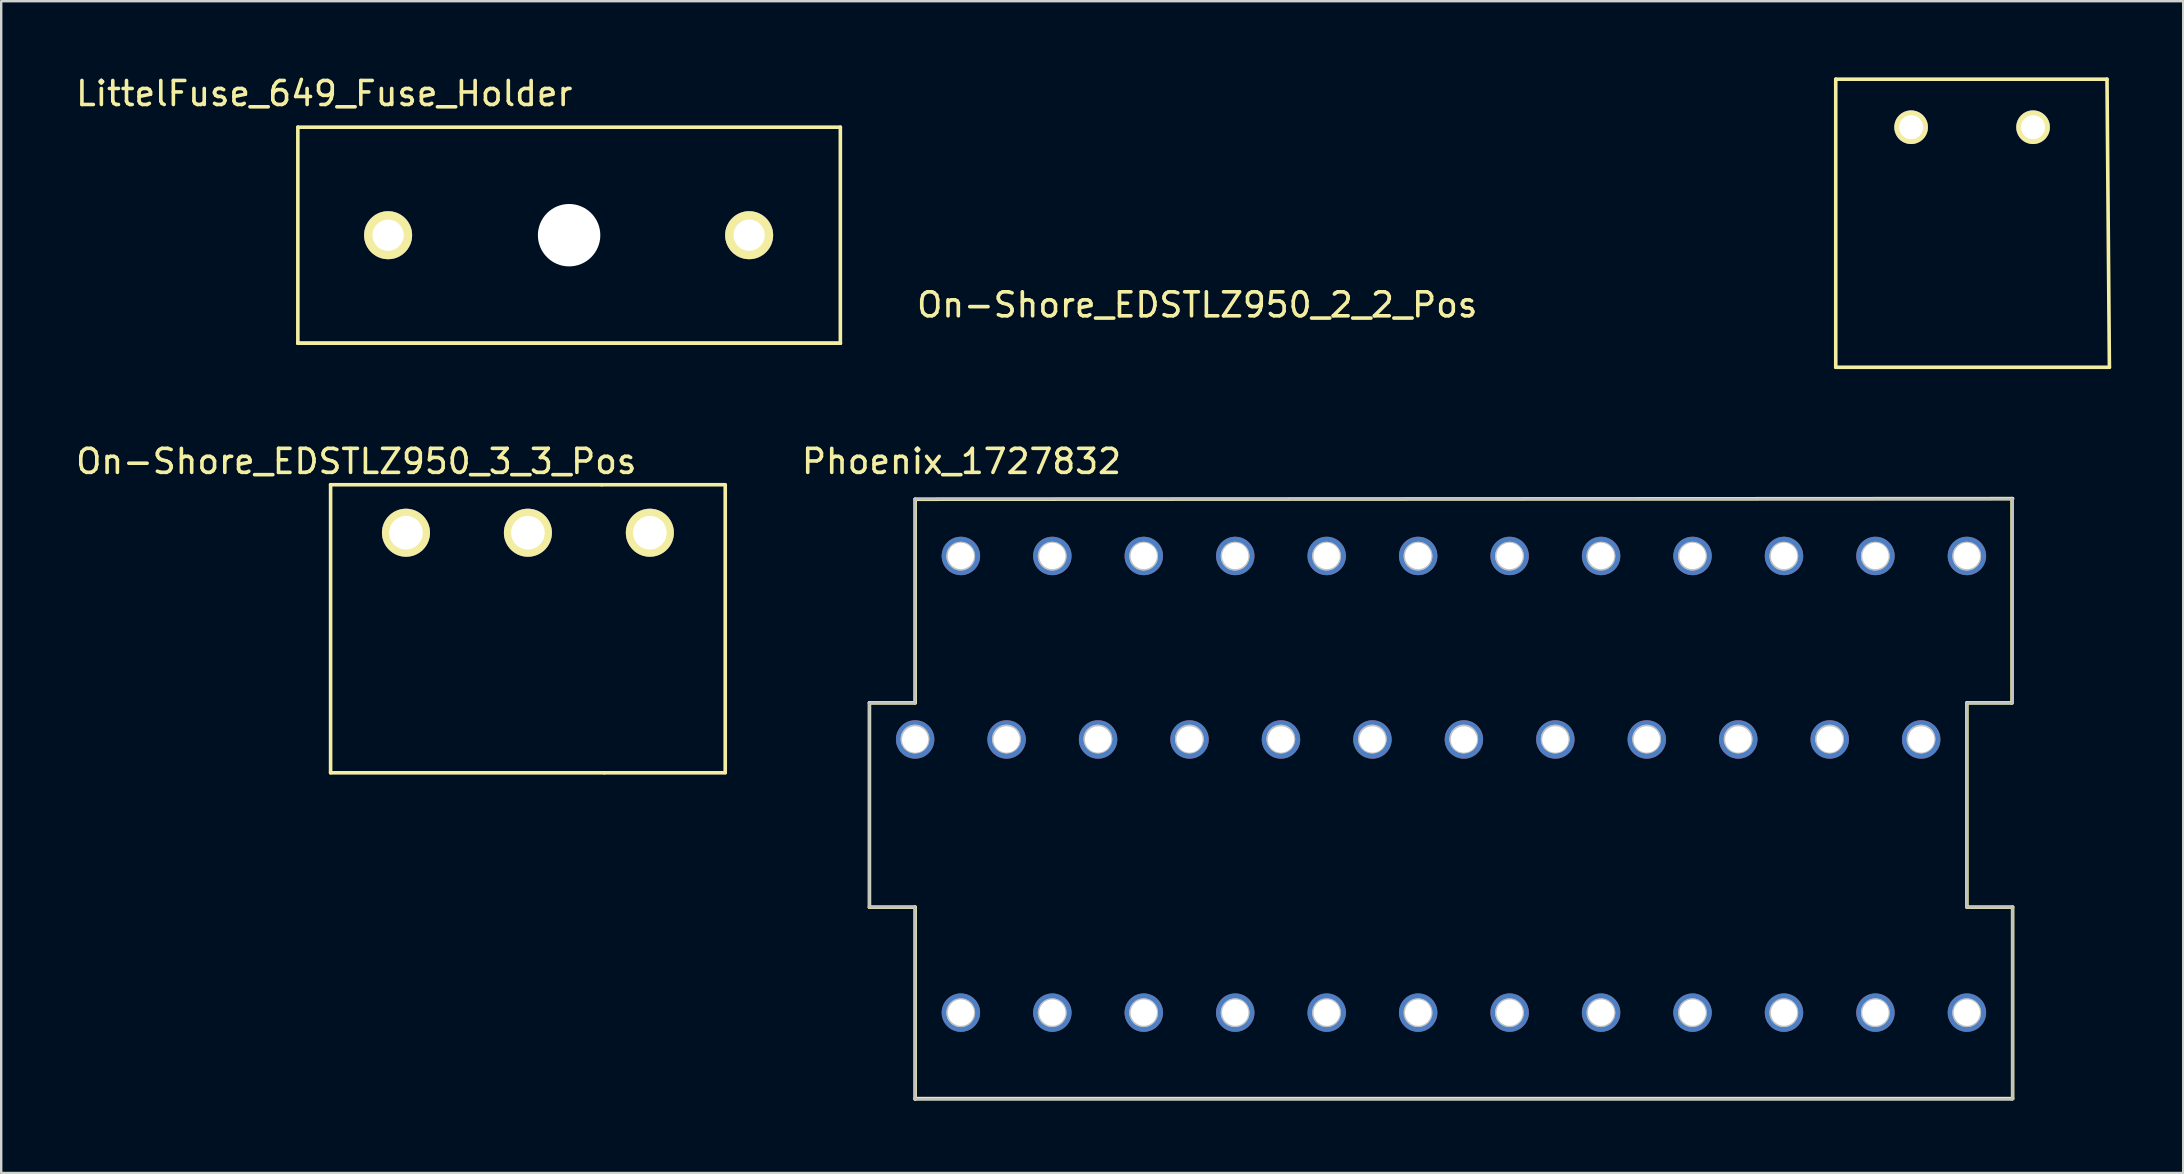
<source format=kicad_pcb>
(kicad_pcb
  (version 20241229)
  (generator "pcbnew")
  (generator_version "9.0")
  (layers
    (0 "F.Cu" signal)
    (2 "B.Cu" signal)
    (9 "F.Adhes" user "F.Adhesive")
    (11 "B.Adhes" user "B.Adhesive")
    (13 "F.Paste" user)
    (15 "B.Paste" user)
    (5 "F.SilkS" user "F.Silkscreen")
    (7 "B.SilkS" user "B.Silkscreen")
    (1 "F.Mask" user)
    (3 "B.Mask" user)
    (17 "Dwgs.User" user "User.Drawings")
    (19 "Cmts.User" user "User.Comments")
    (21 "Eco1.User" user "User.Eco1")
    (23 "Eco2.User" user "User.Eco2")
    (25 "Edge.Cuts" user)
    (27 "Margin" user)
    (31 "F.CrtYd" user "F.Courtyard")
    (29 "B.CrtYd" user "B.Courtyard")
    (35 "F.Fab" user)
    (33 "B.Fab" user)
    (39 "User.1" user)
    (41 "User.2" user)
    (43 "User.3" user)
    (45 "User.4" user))
  (footprint "Phoenix_1727832"
    (layer "F.Cu")
    (at 36.979 20.11)
    (property "Reference" "Phoenix_1727832" (at 0.025 -3.937 0) (layer "F.SilkS") (effects (font (size 1 1) (thickness 0.15))))
    (attr through_hole)
    (fp_line (start -3.81 6.121) (end -1.905 6.121) (stroke (width 0.15) (type solid)) (layer "F.SilkS"))
    (fp_line (start -3.81 14.63) (end -3.81 6.121) (stroke (width 0.15) (type solid)) (layer "F.SilkS"))
    (fp_line (start -1.905 -2.362) (end 43.815 -2.388) (stroke (width 0.15) (type solid)) (layer "F.SilkS"))
    (fp_line (start -1.905 6.121) (end -1.905 -2.362) (stroke (width 0.15) (type solid)) (layer "F.SilkS"))
    (fp_line (start -1.905 14.63) (end -3.81 14.63) (stroke (width 0.15) (type solid)) (layer "F.SilkS"))
    (fp_line (start -1.905 22.606) (end 43.815 22.606) (stroke (width 0.15) (type solid)) (layer "F.SilkS"))
    (fp_line (start -1.905 22.631) (end -1.905 14.63) (stroke (width 0.15) (type solid)) (layer "F.SilkS"))
    (fp_line (start 41.91 6.121) (end 43.79 6.121) (stroke (width 0.15) (type solid)) (layer "F.SilkS"))
    (fp_line (start 41.91 14.63) (end 41.91 6.121) (stroke (width 0.15) (type solid)) (layer "F.SilkS"))
    (fp_line (start 43.79 -2.388) (end 43.79 6.121) (stroke (width 0.15) (type solid)) (layer "F.SilkS"))
    (fp_line (start 43.815 14.63) (end 41.91 14.63) (stroke (width 0.15) (type solid)) (layer "F.SilkS"))
    (fp_line (start 43.815 22.606) (end 43.815 14.63) (stroke (width 0.15) (type solid)) (layer "F.SilkS"))
    (fp_line (start -3.816 6.128) (end -3.816 14.628) (stroke (width 0.1) (type solid)) (layer "Dwgs.User"))
    (fp_line (start -3.816 6.128) (end -1.911 6.128) (stroke (width 0.1) (type solid)) (layer "Dwgs.User"))
    (fp_line (start -3.816 14.628) (end -3.816 6.128) (stroke (width 0.1) (type solid)) (layer "Dwgs.User"))
    (fp_line (start -3.816 14.628) (end -1.911 14.628) (stroke (width 0.1) (type solid)) (layer "Dwgs.User"))
    (fp_line (start -1.911 -2.372) (end -1.911 6.128) (stroke (width 0.1) (type solid)) (layer "Dwgs.User"))
    (fp_line (start -1.911 -2.372) (end 43.809 -2.372) (stroke (width 0.1) (type solid)) (layer "Dwgs.User"))
    (fp_line (start -1.911 6.128) (end -3.816 6.128) (stroke (width 0.1) (type solid)) (layer "Dwgs.User"))
    (fp_line (start -1.911 6.128) (end -1.911 -2.372) (stroke (width 0.1) (type solid)) (layer "Dwgs.User"))
    (fp_line (start -1.911 14.628) (end -3.816 14.628) (stroke (width 0.1) (type solid)) (layer "Dwgs.User"))
    (fp_line (start -1.911 14.628) (end -1.911 22.628) (stroke (width 0.1) (type solid)) (layer "Dwgs.User"))
    (fp_line (start -1.911 22.628) (end -1.911 14.628) (stroke (width 0.1) (type solid)) (layer "Dwgs.User"))
    (fp_line (start -1.911 22.628) (end 43.809 22.628) (stroke (width 0.1) (type solid)) (layer "Dwgs.User"))
    (fp_line (start 41.904 6.128) (end 41.904 14.628) (stroke (width 0.1) (type solid)) (layer "Dwgs.User"))
    (fp_line (start 41.904 6.128) (end 43.809 6.128) (stroke (width 0.1) (type solid)) (layer "Dwgs.User"))
    (fp_line (start 41.904 14.628) (end 41.904 6.128) (stroke (width 0.1) (type solid)) (layer "Dwgs.User"))
    (fp_line (start 41.904 14.628) (end 43.809 14.628) (stroke (width 0.1) (type solid)) (layer "Dwgs.User"))
    (fp_line (start 43.809 -2.372) (end -1.911 -2.372) (stroke (width 0.1) (type solid)) (layer "Dwgs.User"))
    (fp_line (start 43.809 -2.372) (end 43.809 6.128) (stroke (width 0.1) (type solid)) (layer "Dwgs.User"))
    (fp_line (start 43.809 6.128) (end 41.904 6.128) (stroke (width 0.1) (type solid)) (layer "Dwgs.User"))
    (fp_line (start 43.809 6.128) (end 43.809 -2.372) (stroke (width 0.1) (type solid)) (layer "Dwgs.User"))
    (fp_line (start 43.809 14.628) (end 41.904 14.628) (stroke (width 0.1) (type solid)) (layer "Dwgs.User"))
    (fp_line (start 43.809 14.628) (end 43.809 22.628) (stroke (width 0.1) (type solid)) (layer "Dwgs.User"))
    (fp_line (start 43.809 22.628) (end -1.911 22.628) (stroke (width 0.1) (type solid)) (layer "Dwgs.User"))
    (fp_line (start 43.809 22.628) (end 43.809 14.628) (stroke (width 0.1) (type solid)) (layer "Dwgs.User"))
    (fp_circle (center -1.911 7.628) (end -1.911 8.178) (stroke (width 0.1) (type solid)) (fill no) (layer "Dwgs.User"))
    (fp_circle (center -1.911 7.628) (end -1.911 8.178) (stroke (width 0.1) (type solid)) (fill no) (layer "Dwgs.User"))
    (fp_circle (center -0.006 0.008) (end -0.006 0.558) (stroke (width 0.1) (type solid)) (fill no) (layer "Dwgs.User"))
    (fp_circle (center -0.006 0.008) (end -0.006 0.558) (stroke (width 0.1) (type solid)) (fill no) (layer "Dwgs.User"))
    (fp_circle (center -0.006 19.028) (end -0.006 19.578) (stroke (width 0.1) (type solid)) (fill no) (layer "Dwgs.User"))
    (fp_circle (center -0.006 19.028) (end -0.006 19.578) (stroke (width 0.1) (type solid)) (fill no) (layer "Dwgs.User"))
    (fp_circle (center 1.899 7.628) (end 1.899 8.178) (stroke (width 0.1) (type solid)) (fill no) (layer "Dwgs.User"))
    (fp_circle (center 1.899 7.628) (end 1.899 8.178) (stroke (width 0.1) (type solid)) (fill no) (layer "Dwgs.User"))
    (fp_circle (center 3.804 0.008) (end 3.804 0.558) (stroke (width 0.1) (type solid)) (fill no) (layer "Dwgs.User"))
    (fp_circle (center 3.804 0.008) (end 3.804 0.558) (stroke (width 0.1) (type solid)) (fill no) (layer "Dwgs.User"))
    (fp_circle (center 3.804 19.028) (end 3.804 19.578) (stroke (width 0.1) (type solid)) (fill no) (layer "Dwgs.User"))
    (fp_circle (center 3.804 19.028) (end 3.804 19.578) (stroke (width 0.1) (type solid)) (fill no) (layer "Dwgs.User"))
    (fp_circle (center 5.709 7.628) (end 5.709 8.178) (stroke (width 0.1) (type solid)) (fill no) (layer "Dwgs.User"))
    (fp_circle (center 5.709 7.628) (end 5.709 8.178) (stroke (width 0.1) (type solid)) (fill no) (layer "Dwgs.User"))
    (fp_circle (center 7.614 0.008) (end 7.614 0.558) (stroke (width 0.1) (type solid)) (fill no) (layer "Dwgs.User"))
    (fp_circle (center 7.614 0.008) (end 7.614 0.558) (stroke (width 0.1) (type solid)) (fill no) (layer "Dwgs.User"))
    (fp_circle (center 7.614 19.028) (end 7.614 19.578) (stroke (width 0.1) (type solid)) (fill no) (layer "Dwgs.User"))
    (fp_circle (center 7.614 19.028) (end 7.614 19.578) (stroke (width 0.1) (type solid)) (fill no) (layer "Dwgs.User"))
    (fp_circle (center 9.519 7.628) (end 9.519 8.178) (stroke (width 0.1) (type solid)) (fill no) (layer "Dwgs.User"))
    (fp_circle (center 9.519 7.628) (end 9.519 8.178) (stroke (width 0.1) (type solid)) (fill no) (layer "Dwgs.User"))
    (fp_circle (center 11.424 0.008) (end 11.424 0.558) (stroke (width 0.1) (type solid)) (fill no) (layer "Dwgs.User"))
    (fp_circle (center 11.424 0.008) (end 11.424 0.558) (stroke (width 0.1) (type solid)) (fill no) (layer "Dwgs.User"))
    (fp_circle (center 11.424 19.028) (end 11.424 19.578) (stroke (width 0.1) (type solid)) (fill no) (layer "Dwgs.User"))
    (fp_circle (center 11.424 19.028) (end 11.424 19.578) (stroke (width 0.1) (type solid)) (fill no) (layer "Dwgs.User"))
    (fp_circle (center 13.329 7.628) (end 13.329 8.178) (stroke (width 0.1) (type solid)) (fill no) (layer "Dwgs.User"))
    (fp_circle (center 13.329 7.628) (end 13.329 8.178) (stroke (width 0.1) (type solid)) (fill no) (layer "Dwgs.User"))
    (fp_circle (center 15.234 0.008) (end 15.234 0.558) (stroke (width 0.1) (type solid)) (fill no) (layer "Dwgs.User"))
    (fp_circle (center 15.234 0.008) (end 15.234 0.558) (stroke (width 0.1) (type solid)) (fill no) (layer "Dwgs.User"))
    (fp_circle (center 15.234 19.028) (end 15.234 19.578) (stroke (width 0.1) (type solid)) (fill no) (layer "Dwgs.User"))
    (fp_circle (center 15.234 19.028) (end 15.234 19.578) (stroke (width 0.1) (type solid)) (fill no) (layer "Dwgs.User"))
    (fp_circle (center 17.139 7.628) (end 17.139 8.178) (stroke (width 0.1) (type solid)) (fill no) (layer "Dwgs.User"))
    (fp_circle (center 17.139 7.628) (end 17.139 8.178) (stroke (width 0.1) (type solid)) (fill no) (layer "Dwgs.User"))
    (fp_circle (center 19.044 0.008) (end 19.044 0.558) (stroke (width 0.1) (type solid)) (fill no) (layer "Dwgs.User"))
    (fp_circle (center 19.044 0.008) (end 19.044 0.558) (stroke (width 0.1) (type solid)) (fill no) (layer "Dwgs.User"))
    (fp_circle (center 19.044 19.028) (end 19.044 19.578) (stroke (width 0.1) (type solid)) (fill no) (layer "Dwgs.User"))
    (fp_circle (center 19.044 19.028) (end 19.044 19.578) (stroke (width 0.1) (type solid)) (fill no) (layer "Dwgs.User"))
    (fp_circle (center 20.949 7.628) (end 20.949 8.178) (stroke (width 0.1) (type solid)) (fill no) (layer "Dwgs.User"))
    (fp_circle (center 20.949 7.628) (end 20.949 8.178) (stroke (width 0.1) (type solid)) (fill no) (layer "Dwgs.User"))
    (fp_circle (center 22.852 19.028) (end 22.852 19.578) (stroke (width 0.1) (type solid)) (fill no) (layer "Dwgs.User"))
    (fp_circle (center 22.854 0.008) (end 22.854 0.558) (stroke (width 0.1) (type solid)) (fill no) (layer "Dwgs.User"))
    (fp_circle (center 22.854 0.008) (end 22.854 0.558) (stroke (width 0.1) (type solid)) (fill no) (layer "Dwgs.User"))
    (fp_circle (center 22.854 19.028) (end 22.854 19.578) (stroke (width 0.1) (type solid)) (fill no) (layer "Dwgs.User"))
    (fp_circle (center 24.759 7.628) (end 24.759 8.178) (stroke (width 0.1) (type solid)) (fill no) (layer "Dwgs.User"))
    (fp_circle (center 24.759 7.628) (end 24.759 8.178) (stroke (width 0.1) (type solid)) (fill no) (layer "Dwgs.User"))
    (fp_circle (center 26.664 0.008) (end 26.664 0.558) (stroke (width 0.1) (type solid)) (fill no) (layer "Dwgs.User"))
    (fp_circle (center 26.664 0.008) (end 26.664 0.558) (stroke (width 0.1) (type solid)) (fill no) (layer "Dwgs.User"))
    (fp_circle (center 26.664 19.028) (end 26.664 19.578) (stroke (width 0.1) (type solid)) (fill no) (layer "Dwgs.User"))
    (fp_circle (center 26.664 19.028) (end 26.664 19.578) (stroke (width 0.1) (type solid)) (fill no) (layer "Dwgs.User"))
    (fp_circle (center 28.569 7.628) (end 28.569 8.178) (stroke (width 0.1) (type solid)) (fill no) (layer "Dwgs.User"))
    (fp_circle (center 28.569 7.628) (end 28.569 8.178) (stroke (width 0.1) (type solid)) (fill no) (layer "Dwgs.User"))
    (fp_circle (center 30.474 0.008) (end 30.474 0.558) (stroke (width 0.1) (type solid)) (fill no) (layer "Dwgs.User"))
    (fp_circle (center 30.474 0.008) (end 30.474 0.558) (stroke (width 0.1) (type solid)) (fill no) (layer "Dwgs.User"))
    (fp_circle (center 30.474 19.028) (end 30.474 19.578) (stroke (width 0.1) (type solid)) (fill no) (layer "Dwgs.User"))
    (fp_circle (center 30.474 19.028) (end 30.474 19.578) (stroke (width 0.1) (type solid)) (fill no) (layer "Dwgs.User"))
    (fp_circle (center 32.379 7.628) (end 32.379 8.178) (stroke (width 0.1) (type solid)) (fill no) (layer "Dwgs.User"))
    (fp_circle (center 32.379 7.628) (end 32.379 8.178) (stroke (width 0.1) (type solid)) (fill no) (layer "Dwgs.User"))
    (fp_circle (center 34.284 0.008) (end 34.284 0.558) (stroke (width 0.1) (type solid)) (fill no) (layer "Dwgs.User"))
    (fp_circle (center 34.284 0.008) (end 34.284 0.558) (stroke (width 0.1) (type solid)) (fill no) (layer "Dwgs.User"))
    (fp_circle (center 34.284 19.028) (end 34.284 19.578) (stroke (width 0.1) (type solid)) (fill no) (layer "Dwgs.User"))
    (fp_circle (center 34.284 19.028) (end 34.284 19.578) (stroke (width 0.1) (type solid)) (fill no) (layer "Dwgs.User"))
    (fp_circle (center 36.189 7.628) (end 36.189 8.178) (stroke (width 0.1) (type solid)) (fill no) (layer "Dwgs.User"))
    (fp_circle (center 36.189 7.628) (end 36.189 8.178) (stroke (width 0.1) (type solid)) (fill no) (layer "Dwgs.User"))
    (fp_circle (center 38.094 0.008) (end 38.094 0.558) (stroke (width 0.1) (type solid)) (fill no) (layer "Dwgs.User"))
    (fp_circle (center 38.094 0.008) (end 38.094 0.558) (stroke (width 0.1) (type solid)) (fill no) (layer "Dwgs.User"))
    (fp_circle (center 38.094 19.028) (end 38.094 19.578) (stroke (width 0.1) (type solid)) (fill no) (layer "Dwgs.User"))
    (fp_circle (center 38.094 19.028) (end 38.094 19.578) (stroke (width 0.1) (type solid)) (fill no) (layer "Dwgs.User"))
    (fp_circle (center 39.999 7.628) (end 39.999 8.178) (stroke (width 0.1) (type solid)) (fill no) (layer "Dwgs.User"))
    (fp_circle (center 39.999 7.628) (end 39.999 8.178) (stroke (width 0.1) (type solid)) (fill no) (layer "Dwgs.User"))
    (fp_circle (center 41.904 0.008) (end 41.904 0.558) (stroke (width 0.1) (type solid)) (fill no) (layer "Dwgs.User"))
    (fp_circle (center 41.904 0.008) (end 41.904 0.558) (stroke (width 0.1) (type solid)) (fill no) (layer "Dwgs.User"))
    (fp_circle (center 41.904 19.028) (end 41.904 19.578) (stroke (width 0.1) (type solid)) (fill no) (layer "Dwgs.User"))
    (fp_circle (center 41.904 19.028) (end 41.904 19.578) (stroke (width 0.1) (type solid)) (fill no) (layer "Dwgs.User"))
    (pad "1" thru_hole circle (at 0 19.025) (size 1.6 1.6) (drill 1.1) (layers "*.Cu" "*.Mask"))
    (pad "2" thru_hole circle (at 3.81 19.025) (size 1.6 1.6) (drill 1.1) (layers "*.Cu" "*.Mask"))
    (pad "3" thru_hole circle (at 7.62 19.025) (size 1.6 1.6) (drill 1.1) (layers "*.Cu" "*.Mask"))
    (pad "4" thru_hole circle (at 11.43 19.025) (size 1.6 1.6) (drill 1.1) (layers "*.Cu" "*.Mask"))
    (pad "5" thru_hole circle (at 15.24 19.025) (size 1.6 1.6) (drill 1.1) (layers "*.Cu" "*.Mask"))
    (pad "6" thru_hole circle (at 19.05 19.025) (size 1.6 1.6) (drill 1.1) (layers "*.Cu" "*.Mask"))
    (pad "7" thru_hole circle (at 22.86 19.025) (size 1.6 1.6) (drill 1.1) (layers "*.Cu" "*.Mask"))
    (pad "8" thru_hole circle (at 26.67 19.025) (size 1.6 1.6) (drill 1.1) (layers "*.Cu" "*.Mask"))
    (pad "9" thru_hole circle (at 30.48 19.025) (size 1.6 1.6) (drill 1.1) (layers "*.Cu" "*.Mask"))
    (pad "10" thru_hole circle (at 34.29 19.025) (size 1.6 1.6) (drill 1.1) (layers "*.Cu" "*.Mask"))
    (pad "11" thru_hole circle (at 38.1 19.025) (size 1.6 1.6) (drill 1.1) (layers "*.Cu" "*.Mask"))
    (pad "12" thru_hole circle (at 41.91 19.025) (size 1.6 1.6) (drill 1.1) (layers "*.Cu" "*.Mask"))
    (pad "13" thru_hole circle (at -1.905 7.645) (size 1.6 1.6) (drill 1.1) (layers "*.Cu" "*.Mask"))
    (pad "14" thru_hole circle (at 1.905 7.645) (size 1.6 1.6) (drill 1.1) (layers "*.Cu" "*.Mask"))
    (pad "15" thru_hole circle (at 5.715 7.645) (size 1.6 1.6) (drill 1.1) (layers "*.Cu" "*.Mask"))
    (pad "16" thru_hole circle (at 9.525 7.645) (size 1.6 1.6) (drill 1.1) (layers "*.Cu" "*.Mask"))
    (pad "17" thru_hole circle (at 13.335 7.645) (size 1.6 1.6) (drill 1.1) (layers "*.Cu" "*.Mask"))
    (pad "18" thru_hole circle (at 17.145 7.645) (size 1.6 1.6) (drill 1.1) (layers "*.Cu" "*.Mask"))
    (pad "19" thru_hole circle (at 20.955 7.645) (size 1.6 1.6) (drill 1.1) (layers "*.Cu" "*.Mask"))
    (pad "20" thru_hole circle (at 24.765 7.645) (size 1.6 1.6) (drill 1.1) (layers "*.Cu" "*.Mask"))
    (pad "21" thru_hole circle (at 28.575 7.645) (size 1.6 1.6) (drill 1.1) (layers "*.Cu" "*.Mask"))
    (pad "22" thru_hole circle (at 32.385 7.645) (size 1.6 1.6) (drill 1.1) (layers "*.Cu" "*.Mask"))
    (pad "23" thru_hole circle (at 36.195 7.645) (size 1.6 1.6) (drill 1.1) (layers "*.Cu" "*.Mask"))
    (pad "24" thru_hole circle (at 40.005 7.645) (size 1.6 1.6) (drill 1.1) (layers "*.Cu" "*.Mask"))
    (pad "25" thru_hole circle (at 0 0) (size 1.6 1.6) (drill 1.1) (layers "*.Cu" "*.Mask"))
    (pad "26" thru_hole circle (at 3.81 0) (size 1.6 1.6) (drill 1.1) (layers "*.Cu" "*.Mask"))
    (pad "27" thru_hole circle (at 7.62 0) (size 1.6 1.6) (drill 1.1) (layers "*.Cu" "*.Mask"))
    (pad "28" thru_hole circle (at 11.43 0) (size 1.6 1.6) (drill 1.1) (layers "*.Cu" "*.Mask"))
    (pad "29" thru_hole circle (at 15.24 0) (size 1.6 1.6) (drill 1.1) (layers "*.Cu" "*.Mask"))
    (pad "30" thru_hole circle (at 19.05 0) (size 1.6 1.6) (drill 1.1) (layers "*.Cu" "*.Mask"))
    (pad "31" thru_hole circle (at 22.86 0) (size 1.6 1.6) (drill 1.1) (layers "*.Cu" "*.Mask"))
    (pad "32" thru_hole circle (at 26.67 0) (size 1.6 1.6) (drill 1.1) (layers "*.Cu" "*.Mask"))
    (pad "33" thru_hole circle (at 30.48 0) (size 1.6 1.6) (drill 1.1) (layers "*.Cu" "*.Mask"))
    (pad "34" thru_hole circle (at 34.29 0) (size 1.6 1.6) (drill 1.1) (layers "*.Cu" "*.Mask"))
    (pad "35" thru_hole circle (at 38.1 0) (size 1.6 1.6) (drill 1.1) (layers "*.Cu" "*.Mask"))
    (pad "36" thru_hole circle (at 41.91 0) (size 1.6 1.6) (drill 1.1) (layers "*.Cu" "*.Mask")))
  (footprint "LittelFuse_649_Fuse_Holder"
    (layer "F.Cu")
    (at 9.358 2.248)
    (property "Reference" "LittelFuse_649_Fuse_Holder" (at 1.1 -1.4 0) (layer "F.SilkS") (effects (font (size 1 1) (thickness 0.15))))
    (attr through_hole)
    (fp_line (start 0 0) (end 0 9) (stroke (width 0.15) (type solid)) (layer "F.SilkS"))
    (fp_line (start 0 9) (end 22.6 9) (stroke (width 0.15) (type solid)) (layer "F.SilkS"))
    (fp_line (start 22.6 0) (end 0 0) (stroke (width 0.15) (type solid)) (layer "F.SilkS"))
    (fp_line (start 22.6 0) (end 22.6 9) (stroke (width 0.15) (type solid)) (layer "F.SilkS"))
    (fp_line (start 22.6 9) (end 0 9) (stroke (width 0.15) (type solid)) (layer "F.SilkS"))
    (pad "" np_thru_hole circle (at 11.3 4.5) (size 2.6 2.6) (drill 2.6) (layers "*.Cu" "*.Mask"))
    (pad "1" thru_hole circle (at 3.76 4.5) (size 2 2) (drill 1.3) (layers "*.Cu" "*.Mask" "F.SilkS"))
    (pad "2" thru_hole circle (at 18.8 4.5) (size 2 2) (drill 1.3) (layers "*.Cu" "*.Mask" "F.SilkS")))
  (footprint "On-Shore_EDSTLZ950_3_3_Pos"
    (layer "F.Cu")
    (at 10.722 17.143)
    (property "Reference" "On-Shore_EDSTLZ950_3_3_Pos" (at 1.07 -0.97 0) (layer "F.SilkS") (effects (font (size 1 1) (thickness 0.15))))
    (attr through_hole)
    (fp_line (start 0 0) (end 0 12) (stroke (width 0.15) (type solid)) (layer "F.SilkS"))
    (fp_line (start 0 0) (end 11.3 0) (stroke (width 0.15) (type solid)) (layer "F.SilkS"))
    (fp_line (start 0 12) (end 11.4 12) (stroke (width 0.15) (type solid)) (layer "F.SilkS"))
    (fp_line (start 11.3 0) (end 16.44 0) (stroke (width 0.15) (type solid)) (layer "F.SilkS"))
    (fp_line (start 11.41 12) (end 16.44 12) (stroke (width 0.15) (type solid)) (layer "F.SilkS"))
    (fp_line (start 16.44 11.99) (end 16.44 0.01) (stroke (width 0.15) (type solid)) (layer "F.SilkS"))
    (pad "1" thru_hole circle (at 3.14 2) (size 2 2) (drill 1.4) (layers "*.Cu" "*.Mask" "F.SilkS"))
    (pad "2" thru_hole circle (at 8.22 2) (size 2 2) (drill 1.4) (layers "*.Cu" "*.Mask" "F.SilkS"))
    (pad "3" thru_hole circle (at 13.3 2) (size 2 2) (drill 1.4) (layers "*.Cu" "*.Mask" "F.SilkS")))
  (footprint "On-Shore_EDSTLZ950_2_2_Pos"
    (layer "F.Cu")
    (at 73.425 0.25)
    (property "Reference" "On-Shore_EDSTLZ950_2_2_Pos" (at -26.6 9.4 0) (layer "F.SilkS") (effects (font (size 1 1) (thickness 0.15))))
    (attr through_hole)
    (fp_line (start 0 0) (end 0 12) (stroke (width 0.15) (type solid)) (layer "F.SilkS"))
    (fp_line (start 0 0) (end 11.3 0) (stroke (width 0.15) (type solid)) (layer "F.SilkS"))
    (fp_line (start 0 12) (end 11.4 12) (stroke (width 0.15) (type solid)) (layer "F.SilkS"))
    (fp_line (start 11.3 0) (end 11.4 12) (stroke (width 0.15) (type solid)) (layer "F.SilkS"))
    (pad "1" thru_hole circle (at 3.14 2) (size 1.4 1.4) (drill 1) (layers "*.Cu" "*.Mask" "F.SilkS"))
    (pad "2" thru_hole circle (at 8.22 2) (size 1.4 1.4) (drill 1) (layers "*.Cu" "*.Mask" "F.SilkS")))
  (gr_rect
    (start -3 -3)
    (end 87.9 45.817)
    (stroke (width 0.1) (type default))
    (fill no)
    (layer "Edge.Cuts")))
</source>
